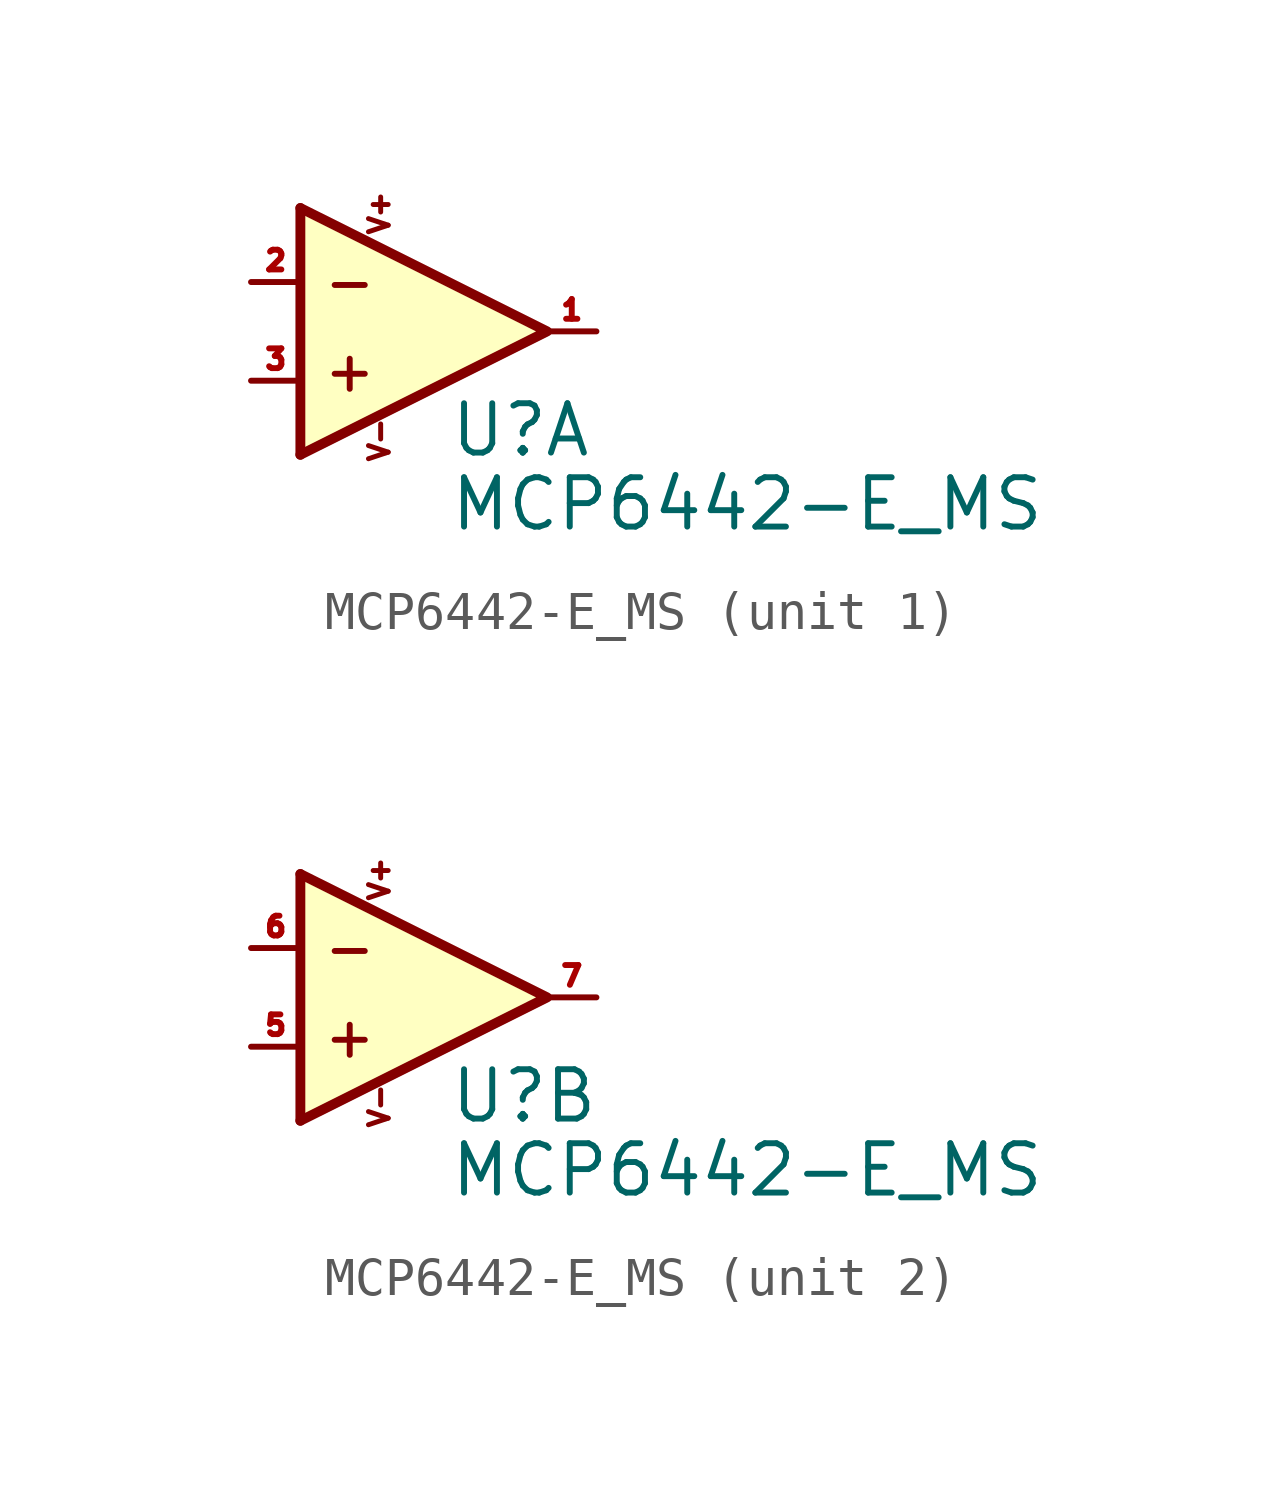
<source format=kicad_sym>
(kicad_symbol_lib
  (version 20231120)
  (generator "kicad_symbol_editor")
  (generator_version "8.0")
  (symbol "MCP6442-E_MS"
    (pin_names
      (offset 1.016))
    (property "Reference" "U"
      (at -5.08 -3.81 0)
      (effects (font (size 1.27 1.27)) (justify left)))
    (property "Value" "MCP6442-E_MS"
      (at -5.08 -5.715 0)
      (effects (font (size 1.27 1.27)) (justify left)))
    (property "Datasheet" ""
      (at -2.54 -1.27 0)
      (effects (font (size 1.524 1.524))))
    (symbol "MCP6442-E_MS_0_0"
      (text "+" (at -7.62 -2.286 0) (effects (font (size 1.016 1.016))))
      (text "-" (at -7.62 0 0) (effects (font (size 1.016 1.016))))
      (text "V+" (at -6.858 1.778 900) (effects (font (size 0.508 0.508))))
      (text "V-" (at -6.858 -4.064 900) (effects (font (size 0.508 0.508))))
      (pin passive line (at -6.35 -3.175 90) (length 0) hide (name "V-" (effects (font (size 0.254 0.254)))) (number "4" (effects (font (size 0.254 0.254)))))
      (pin passive line (at -6.35 0.635 270) (length 0) hide (name "V+" (effects (font (size 0.254 0.254)))) (number "8" (effects (font (size 0.254 0.254))))))
    (symbol "MCP6442-E_MS_0_1"
      (polyline (pts (xy -8.89 1.905) (xy -8.89 -4.445)) (stroke (width 0.254) (type default)) (fill (type none)))
      (polyline (pts (xy -8.89 1.905) (xy -2.54 -1.27) (xy -8.89 -4.445)) (stroke (width 0.254) (type default)) (fill (type background))))
    (symbol "MCP6442-E_MS_1_1"
      (pin passive line (at -1.27 -1.27 180) (length 1.27) (name "~" (effects (font (size 1.016 1.016)))) (number "1" (effects (font (size 0.508 0.508)))))
      (pin passive line (at -10.16 0 0) (length 1.27) (name "~" (effects (font (size 1.905 1.905)))) (number "2" (effects (font (size 0.508 0.508)))))
      (pin passive line (at -10.16 -2.54 0) (length 1.27) (name "~" (effects (font (size 1.905 1.905)))) (number "3" (effects (font (size 0.508 0.508))))))
    (symbol "MCP6442-E_MS_2_1"
      (pin passive line (at -10.16 -2.54 0) (length 1.27) (name "~" (effects (font (size 1.905 1.905)))) (number "5" (effects (font (size 0.508 0.508)))))
      (pin passive line (at -10.16 0 0) (length 1.27) (name "~" (effects (font (size 1.905 1.905)))) (number "6" (effects (font (size 0.508 0.508)))))
      (pin passive line (at -1.27 -1.27 180) (length 1.27) (name "~" (effects (font (size 1.016 1.016)))) (number "7" (effects (font (size 0.508 0.508))))))))
</source>
